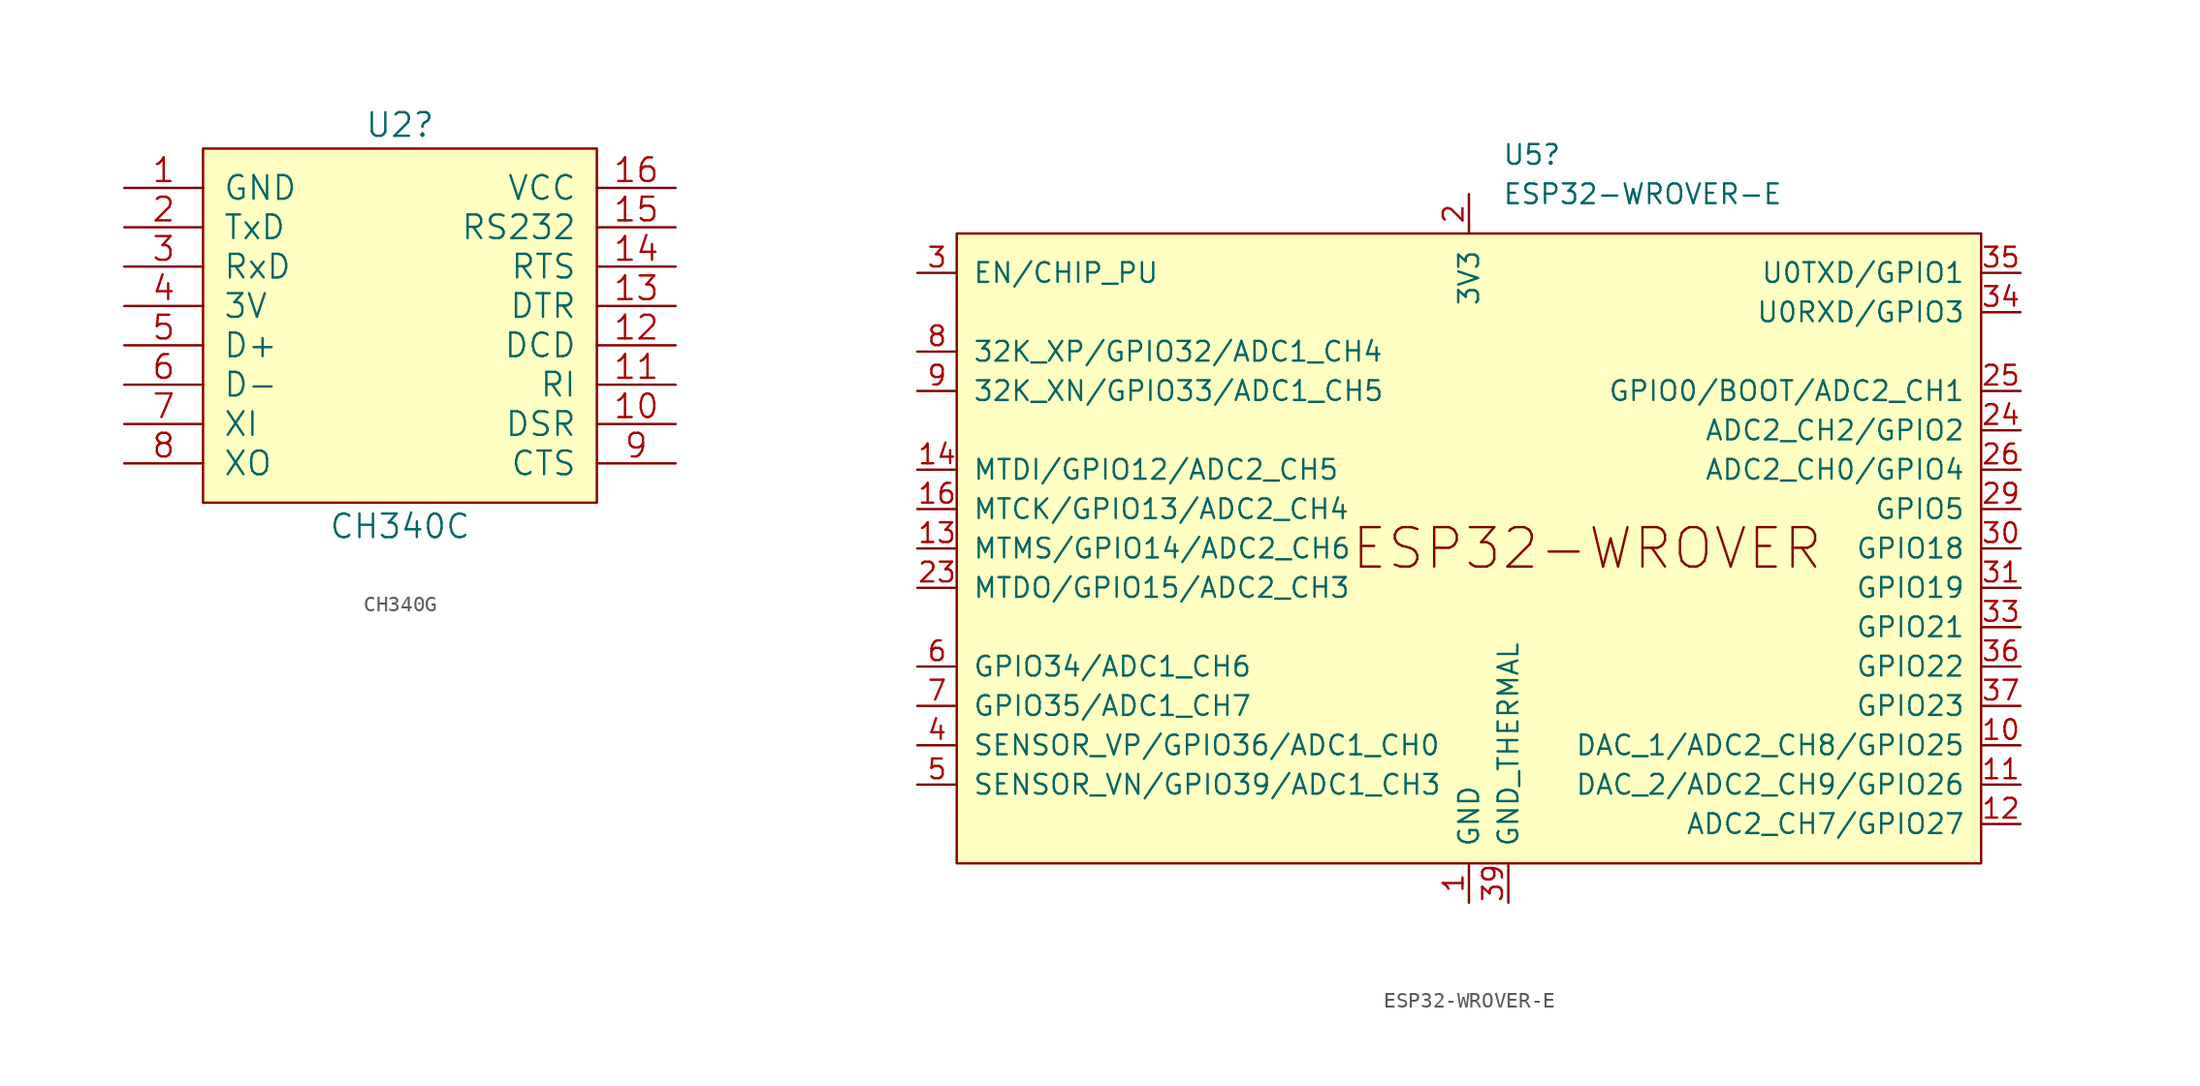
<source format=kicad_sym>
(kicad_symbol_lib
  (version 20241209)
  (generator "kicad_symbol_editor")
  (generator_version "9.0")
  (symbol "CH340G"
    (pin_names
      (offset 1.27))
    (property "Reference" "U2"
      (at 0 14.224 0)
      (effects (font (size 1.524 1.524))))
    (property "Value" "CH340C"
      (at 0 -11.684 0)
      (effects (font (size 1.524 1.524))))
    (property "Datasheet" ""
      (at 0 0 0)
      (effects (font (size 1.524 1.524))))
    (property "Description" ""
      (at 0 0 0)
      (effects (font (size 1.27 1.27))))
    (symbol "CH340G_1_1"
      (rectangle (start -12.7 -10.16) (end 12.7 12.7) (stroke (width 0) (type solid)) (fill (type background)))
      (pin power_in line (at -17.78 10.16 0) (length 5.08) (name "GND" (effects (font (size 1.524 1.524)))) (number "1" (effects (font (size 1.524 1.524)))))
      (pin output line (at -17.78 7.62 0) (length 5.08) (name "TxD" (effects (font (size 1.524 1.524)))) (number "2" (effects (font (size 1.524 1.524)))))
      (pin input line (at -17.78 5.08 0) (length 5.08) (name "RxD" (effects (font (size 1.524 1.524)))) (number "3" (effects (font (size 1.524 1.524)))))
      (pin power_out line (at -17.78 2.54 0) (length 5.08) (name "3V" (effects (font (size 1.524 1.524)))) (number "4" (effects (font (size 1.524 1.524)))))
      (pin bidirectional line (at -17.78 0 0) (length 5.08) (name "D+" (effects (font (size 1.524 1.524)))) (number "5" (effects (font (size 1.524 1.524)))))
      (pin bidirectional line (at -17.78 -2.54 0) (length 5.08) (name "D-" (effects (font (size 1.524 1.524)))) (number "6" (effects (font (size 1.524 1.524)))))
      (pin input line (at -17.78 -5.08 0) (length 5.08) (name "XI" (effects (font (size 1.524 1.524)))) (number "7" (effects (font (size 1.524 1.524)))))
      (pin output line (at -17.78 -7.62 0) (length 5.08) (name "XO" (effects (font (size 1.524 1.524)))) (number "8" (effects (font (size 1.524 1.524)))))
      (pin power_in line (at 17.78 10.16 180) (length 5.08) (name "VCC" (effects (font (size 1.524 1.524)))) (number "16" (effects (font (size 1.524 1.524)))))
      (pin input line (at 17.78 7.62 180) (length 5.08) (name "RS232" (effects (font (size 1.524 1.524)))) (number "15" (effects (font (size 1.524 1.524)))))
      (pin output line (at 17.78 5.08 180) (length 5.08) (name "RTS" (effects (font (size 1.524 1.524)))) (number "14" (effects (font (size 1.524 1.524)))))
      (pin output line (at 17.78 2.54 180) (length 5.08) (name "DTR" (effects (font (size 1.524 1.524)))) (number "13" (effects (font (size 1.524 1.524)))))
      (pin input line (at 17.78 0 180) (length 5.08) (name "DCD" (effects (font (size 1.524 1.524)))) (number "12" (effects (font (size 1.524 1.524)))))
      (pin input line (at 17.78 -2.54 180) (length 5.08) (name "RI" (effects (font (size 1.524 1.524)))) (number "11" (effects (font (size 1.524 1.524)))))
      (pin input line (at 17.78 -5.08 180) (length 5.08) (name "DSR" (effects (font (size 1.524 1.524)))) (number "10" (effects (font (size 1.524 1.524)))))
      (pin input line (at 17.78 -7.62 180) (length 5.08) (name "CTS" (effects (font (size 1.524 1.524)))) (number "9" (effects (font (size 1.524 1.524)))))))
  (symbol "ESP32-WROVER-E"
    (pin_names
      (offset 1.016))
    (property "Reference" "U5"
      (at 2.143 25.4 0)
      (effects (font (size 1.27 1.27)) (justify left)))
    (property "Value" "ESP32-WROVER-E"
      (at 2.143 22.86 0)
      (effects (font (size 1.27 1.27)) (justify left)))
    (symbol "ESP32-WROVER-E_0_1"
      (rectangle (start -33.02 20.32) (end 33.02 -20.32) (stroke (width 0) (type default)) (fill (type background))))
    (symbol "ESP32-WROVER-E_1_1"
      (text "ESP32-­WROVER" (at 7.62 0 0) (effects (font (size 2.54 2.54))))
      (pin input line (at -35.56 17.78 0) (length 2.54) (name "EN/CHIP_PU" (effects (font (size 1.27 1.27)))) (number "3" (effects (font (size 1.27 1.27)))))
      (pin bidirectional line (at -35.56 12.7 0) (length 2.54) (name "32K_XP/GPIO32/ADC1_CH4" (effects (font (size 1.27 1.27)))) (number "8" (effects (font (size 1.27 1.27)))))
      (pin bidirectional line (at -35.56 10.16 0) (length 2.54) (name "32K_XN/GPIO33/ADC1_CH5" (effects (font (size 1.27 1.27)))) (number "9" (effects (font (size 1.27 1.27)))))
      (pin bidirectional line (at -35.56 5.08 0) (length 2.54) (name "MTDI/GPIO12/ADC2_CH5" (effects (font (size 1.27 1.27)))) (number "14" (effects (font (size 1.27 1.27)))))
      (pin bidirectional line (at -35.56 2.54 0) (length 2.54) (name "MTCK/GPIO13/ADC2_CH4" (effects (font (size 1.27 1.27)))) (number "16" (effects (font (size 1.27 1.27)))))
      (pin bidirectional line (at -35.56 0 0) (length 2.54) (name "MTMS/GPIO14/ADC2_CH6" (effects (font (size 1.27 1.27)))) (number "13" (effects (font (size 1.27 1.27)))))
      (pin bidirectional line (at -35.56 -2.54 0) (length 2.54) (name "MTDO/GPIO15/ADC2_CH3" (effects (font (size 1.27 1.27)))) (number "23" (effects (font (size 1.27 1.27)))))
      (pin input line (at -35.56 -7.62 0) (length 2.54) (name "GPIO34/ADC1_CH6" (effects (font (size 1.27 1.27)))) (number "6" (effects (font (size 1.27 1.27)))))
      (pin input line (at -35.56 -10.16 0) (length 2.54) (name "GPIO35/ADC1_CH7" (effects (font (size 1.27 1.27)))) (number "7" (effects (font (size 1.27 1.27)))))
      (pin input line (at -35.56 -12.7 0) (length 2.54) (name "SENSOR_VP/GPIO36/ADC1_CH0" (effects (font (size 1.27 1.27)))) (number "4" (effects (font (size 1.27 1.27)))))
      (pin input line (at -35.56 -15.24 0) (length 2.54) (name "SENSOR_VN/GPIO39/ADC1_CH3" (effects (font (size 1.27 1.27)))) (number "5" (effects (font (size 1.27 1.27)))))
      (pin power_in line (at 0 22.86 270) (length 2.54) (name "3V3" (effects (font (size 1.27 1.27)))) (number "2" (effects (font (size 1.27 1.27)))))
      (pin power_in line (at 0 -22.86 90) (length 2.54) (name "GND" (effects (font (size 1.27 1.27)))) (number "1" (effects (font (size 1.27 1.27)))))
      (pin passive line (at 0 -22.86 90) (length 2.54) (hide yes) (name "GND" (effects (font (size 1.27 1.27)))) (number "15" (effects (font (size 1.27 1.27)))))
      (pin passive line (at 0 -22.86 90) (length 2.54) (hide yes) (name "GND" (effects (font (size 1.27 1.27)))) (number "38" (effects (font (size 1.27 1.27)))))
      (pin power_in line (at 2.54 -22.86 90) (length 2.54) (name "GND_THERMAL" (effects (font (size 1.27 1.27)))) (number "39" (effects (font (size 1.27 1.27)))))
      (pin bidirectional line (at 35.56 17.78 180) (length 2.54) (name "U0TXD/GPIO1" (effects (font (size 1.27 1.27)))) (number "35" (effects (font (size 1.27 1.27)))))
      (pin bidirectional line (at 35.56 15.24 180) (length 2.54) (name "U0RXD/GPIO3" (effects (font (size 1.27 1.27)))) (number "34" (effects (font (size 1.27 1.27)))))
      (pin bidirectional line (at 35.56 10.16 180) (length 2.54) (name "GPIO0/BOOT/ADC2_CH1" (effects (font (size 1.27 1.27)))) (number "25" (effects (font (size 1.27 1.27)))))
      (pin bidirectional line (at 35.56 7.62 180) (length 2.54) (name "ADC2_CH2/GPIO2" (effects (font (size 1.27 1.27)))) (number "24" (effects (font (size 1.27 1.27)))))
      (pin bidirectional line (at 35.56 5.08 180) (length 2.54) (name "ADC2_CH0/GPIO4" (effects (font (size 1.27 1.27)))) (number "26" (effects (font (size 1.27 1.27)))))
      (pin bidirectional line (at 35.56 2.54 180) (length 2.54) (name "GPIO5" (effects (font (size 1.27 1.27)))) (number "29" (effects (font (size 1.27 1.27)))))
      (pin bidirectional line (at 35.56 0 180) (length 2.54) (name "GPIO18" (effects (font (size 1.27 1.27)))) (number "30" (effects (font (size 1.27 1.27)))))
      (pin bidirectional line (at 35.56 -2.54 180) (length 2.54) (name "GPIO19" (effects (font (size 1.27 1.27)))) (number "31" (effects (font (size 1.27 1.27)))))
      (pin bidirectional line (at 35.56 -5.08 180) (length 2.54) (name "GPIO21" (effects (font (size 1.27 1.27)))) (number "33" (effects (font (size 1.27 1.27)))))
      (pin bidirectional line (at 35.56 -7.62 180) (length 2.54) (name "GPIO22" (effects (font (size 1.27 1.27)))) (number "36" (effects (font (size 1.27 1.27)))))
      (pin bidirectional line (at 35.56 -10.16 180) (length 2.54) (name "GPIO23" (effects (font (size 1.27 1.27)))) (number "37" (effects (font (size 1.27 1.27)))))
      (pin bidirectional line (at 35.56 -12.7 180) (length 2.54) (name "DAC_1/ADC2_CH8/GPIO25" (effects (font (size 1.27 1.27)))) (number "10" (effects (font (size 1.27 1.27)))))
      (pin bidirectional line (at 35.56 -15.24 180) (length 2.54) (name "DAC_2/ADC2_CH9/GPIO26" (effects (font (size 1.27 1.27)))) (number "11" (effects (font (size 1.27 1.27)))))
      (pin bidirectional line (at 35.56 -17.78 180) (length 2.54) (name "ADC2_CH7/GPIO27" (effects (font (size 1.27 1.27)))) (number "12" (effects (font (size 1.27 1.27))))))))
</source>
